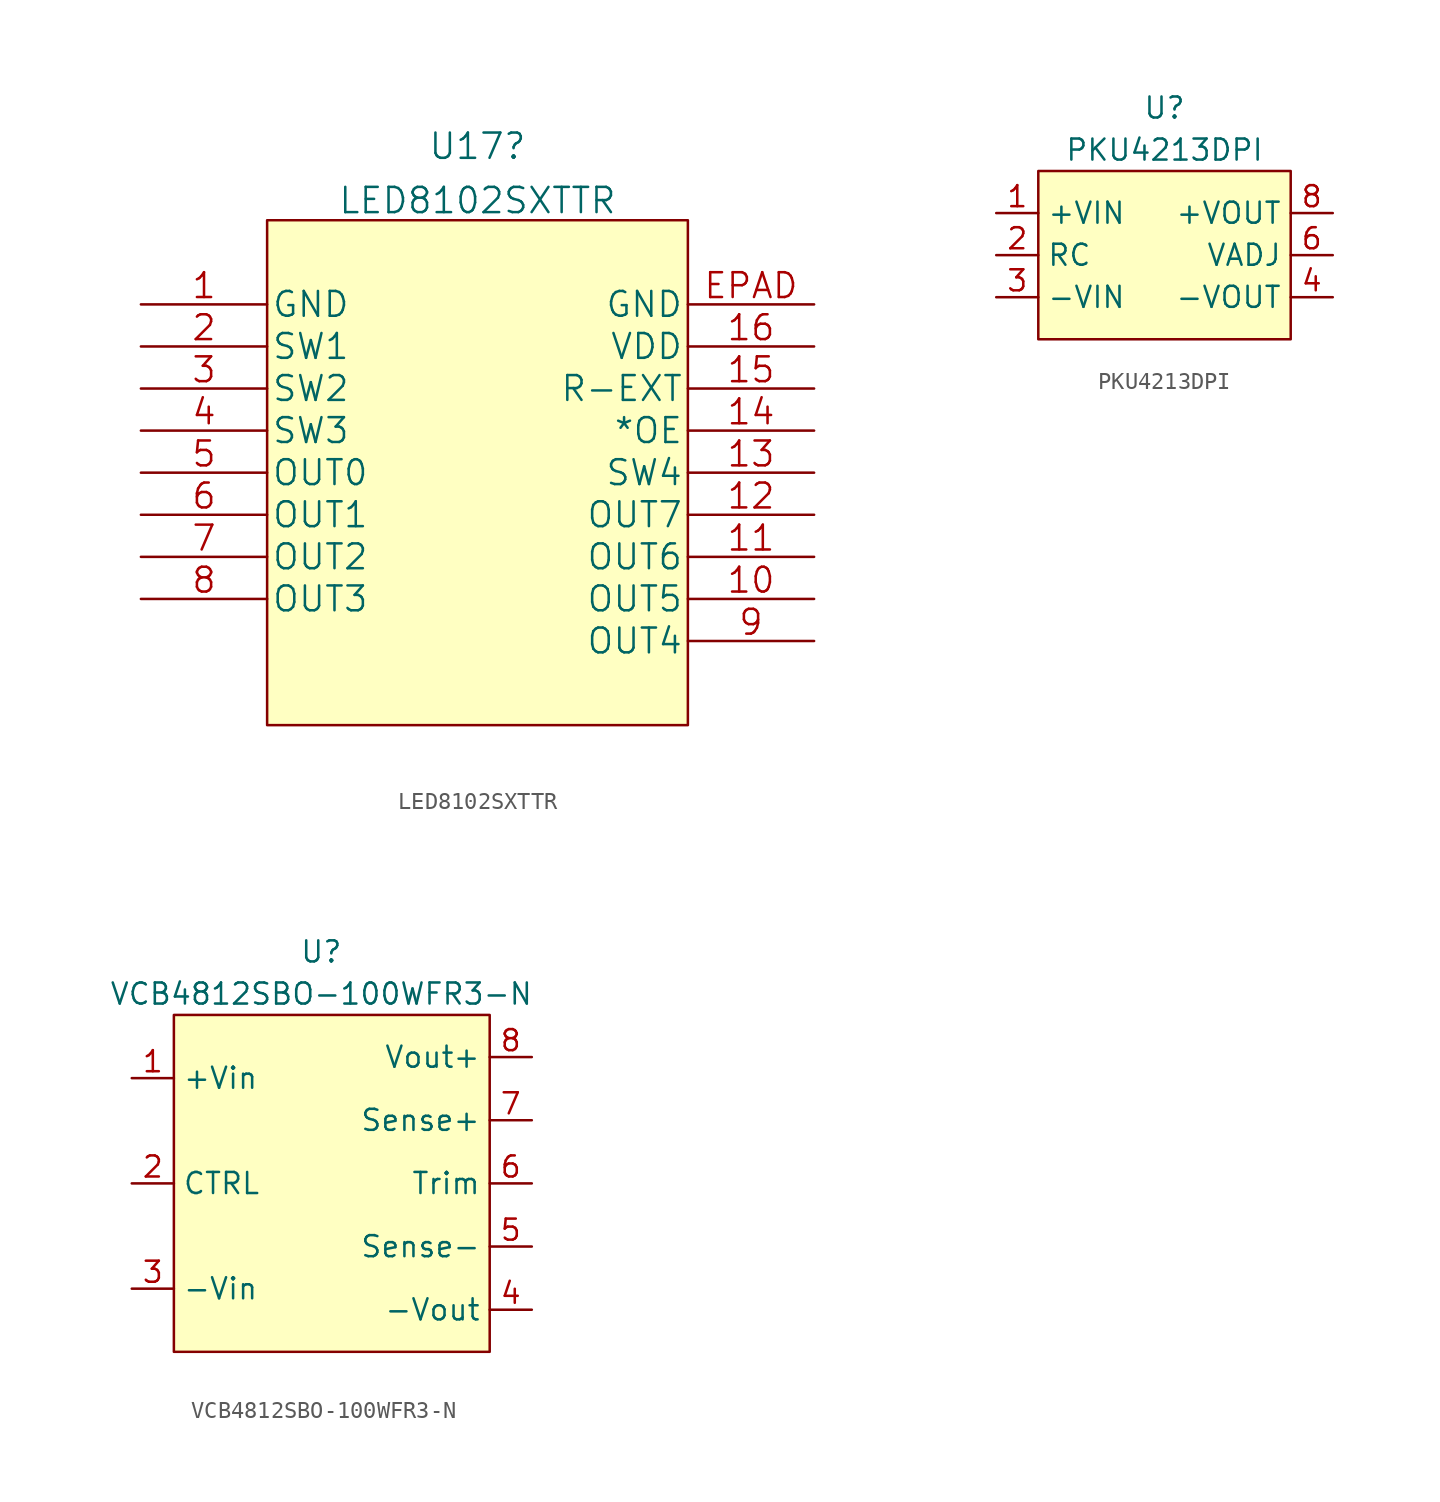
<source format=kicad_sym>
(kicad_symbol_lib
  (version 20220914)
  (generator kicad_symbol_editor)
  (symbol "LED8102SXTTR"
    (pin_names
      (offset 0.254))
    (property "Reference" "U17"
      (at 20.32 9.547 0)
      (effects (font (size 1.524 1.524))))
    (property "Value" "LED8102SXTTR"
      (at 20.32 6.268 0)
      (effects (font (size 1.524 1.524))))
    (property "Datasheet" ""
      (at 0 0 0)
      (effects (font (size 1.524 1.524))))
    (property "ki_locked" ""
      (at 0 0 0)
      (effects (font (size 1.27 1.27))))
    (symbol "LED8102SXTTR_1_1"
      (rectangle (start 7.62 5.08) (end 33.02 -25.4) (stroke (width 0) (type default)) (fill (type background)))
      (pin power_in line (at 0 0 0) (length 7.62) (name "GND" (effects (font (size 1.499 1.499)))) (number "1" (effects (font (size 1.499 1.499)))))
      (pin output line (at 40.64 -17.78 180) (length 7.62) (name "OUT5" (effects (font (size 1.499 1.499)))) (number "10" (effects (font (size 1.499 1.499)))))
      (pin output line (at 40.64 -15.24 180) (length 7.62) (name "OUT6" (effects (font (size 1.499 1.499)))) (number "11" (effects (font (size 1.499 1.499)))))
      (pin output line (at 40.64 -12.7 180) (length 7.62) (name "OUT7" (effects (font (size 1.499 1.499)))) (number "12" (effects (font (size 1.499 1.499)))))
      (pin input line (at 40.64 -10.16 180) (length 7.62) (name "SW4" (effects (font (size 1.499 1.499)))) (number "13" (effects (font (size 1.499 1.499)))))
      (pin input line (at 40.64 -7.62 180) (length 7.62) (name "*OE" (effects (font (size 1.499 1.499)))) (number "14" (effects (font (size 1.499 1.499)))))
      (pin unspecified line (at 40.64 -5.08 180) (length 7.62) (name "R-EXT" (effects (font (size 1.499 1.499)))) (number "15" (effects (font (size 1.499 1.499)))))
      (pin power_in line (at 40.64 -2.54 180) (length 7.62) (name "VDD" (effects (font (size 1.499 1.499)))) (number "16" (effects (font (size 1.499 1.499)))))
      (pin input line (at 0 -2.54 0) (length 7.62) (name "SW1" (effects (font (size 1.499 1.499)))) (number "2" (effects (font (size 1.499 1.499)))))
      (pin input line (at 0 -5.08 0) (length 7.62) (name "SW2" (effects (font (size 1.499 1.499)))) (number "3" (effects (font (size 1.499 1.499)))))
      (pin input line (at 0 -7.62 0) (length 7.62) (name "SW3" (effects (font (size 1.499 1.499)))) (number "4" (effects (font (size 1.499 1.499)))))
      (pin output line (at 0 -10.16 0) (length 7.62) (name "OUT0" (effects (font (size 1.499 1.499)))) (number "5" (effects (font (size 1.499 1.499)))))
      (pin output line (at 0 -12.7 0) (length 7.62) (name "OUT1" (effects (font (size 1.499 1.499)))) (number "6" (effects (font (size 1.499 1.499)))))
      (pin output line (at 0 -15.24 0) (length 7.62) (name "OUT2" (effects (font (size 1.499 1.499)))) (number "7" (effects (font (size 1.499 1.499)))))
      (pin output line (at 0 -17.78 0) (length 7.62) (name "OUT3" (effects (font (size 1.499 1.499)))) (number "8" (effects (font (size 1.499 1.499)))))
      (pin output line (at 40.64 -20.32 180) (length 7.62) (name "OUT4" (effects (font (size 1.499 1.499)))) (number "9" (effects (font (size 1.499 1.499)))))
      (pin power_in line (at 40.64 0 180) (length 7.62) (name "GND" (effects (font (size 1.499 1.499)))) (number "EPAD" (effects (font (size 1.499 1.499)))))))
  (symbol "PKU4213DPI"
    (property "Reference" "U"
      (at 0 8.89 0)
      (effects (font (size 1.27 1.27))))
    (property "Value" "PKU4213DPI"
      (at 0 6.35 0)
      (effects (font (size 1.27 1.27))))
    (symbol "PKU4213DPI_0_1"
      (rectangle (start -7.62 5.08) (end 7.62 -5.08) (stroke (width 0.152) (type default)) (fill (type background))))
    (symbol "PKU4213DPI_1_1"
      (pin input line (at -10.16 2.54 0) (length 2.54) (name "+VIN" (effects (font (size 1.27 1.27)))) (number "1" (effects (font (size 1.27 1.27)))))
      (pin input line (at -10.16 0 0) (length 2.54) (name "RC" (effects (font (size 1.27 1.27)))) (number "2" (effects (font (size 1.27 1.27)))))
      (pin input line (at -10.16 -2.54 0) (length 2.54) (name "-VIN" (effects (font (size 1.27 1.27)))) (number "3" (effects (font (size 1.27 1.27)))))
      (pin input line (at 10.16 -2.54 180) (length 2.54) (name "-VOUT" (effects (font (size 1.27 1.27)))) (number "4" (effects (font (size 1.27 1.27)))))
      (pin input line (at 10.16 0 180) (length 2.54) (name "VADJ" (effects (font (size 1.27 1.27)))) (number "6" (effects (font (size 1.27 1.27)))))
      (pin input line (at 10.16 2.54 180) (length 2.54) (name "+VOUT" (effects (font (size 1.27 1.27)))) (number "8" (effects (font (size 1.27 1.27)))))))
  (symbol "VCB4812SBO-100WFR3-N"
    (property "Reference" "U"
      (at 0 13.97 0)
      (effects (font (size 1.27 1.27))))
    (property "Value" "VCB4812SBO-100WFR3-N"
      (at 0 11.43 0)
      (effects (font (size 1.27 1.27))))
    (symbol "VCB4812SBO-100WFR3-N_0_1"
      (rectangle (start -8.89 10.16) (end 10.16 -10.16) (stroke (width 0.152) (type default)) (fill (type background))))
    (symbol "VCB4812SBO-100WFR3-N_1_1"
      (pin input line (at -11.43 6.35 0) (length 2.54) (name "+Vin" (effects (font (size 1.27 1.27)))) (number "1" (effects (font (size 1.27 1.27)))))
      (pin input line (at -11.43 0 0) (length 2.54) (name "CTRL" (effects (font (size 1.27 1.27)))) (number "2" (effects (font (size 1.27 1.27)))))
      (pin input line (at -11.43 -6.35 0) (length 2.54) (name "-Vin" (effects (font (size 1.27 1.27)))) (number "3" (effects (font (size 1.27 1.27)))))
      (pin input line (at 12.7 -7.62 180) (length 2.54) (name "-Vout" (effects (font (size 1.27 1.27)))) (number "4" (effects (font (size 1.27 1.27)))))
      (pin input line (at 12.7 -3.81 180) (length 2.54) (name "Sense-" (effects (font (size 1.27 1.27)))) (number "5" (effects (font (size 1.27 1.27)))))
      (pin input line (at 12.7 0 180) (length 2.54) (name "Trim" (effects (font (size 1.27 1.27)))) (number "6" (effects (font (size 1.27 1.27)))))
      (pin input line (at 12.7 3.81 180) (length 2.54) (name "Sense+" (effects (font (size 1.27 1.27)))) (number "7" (effects (font (size 1.27 1.27)))))
      (pin input line (at 12.7 7.62 180) (length 2.54) (name "Vout+" (effects (font (size 1.27 1.27)))) (number "8" (effects (font (size 1.27 1.27))))))))
</source>
